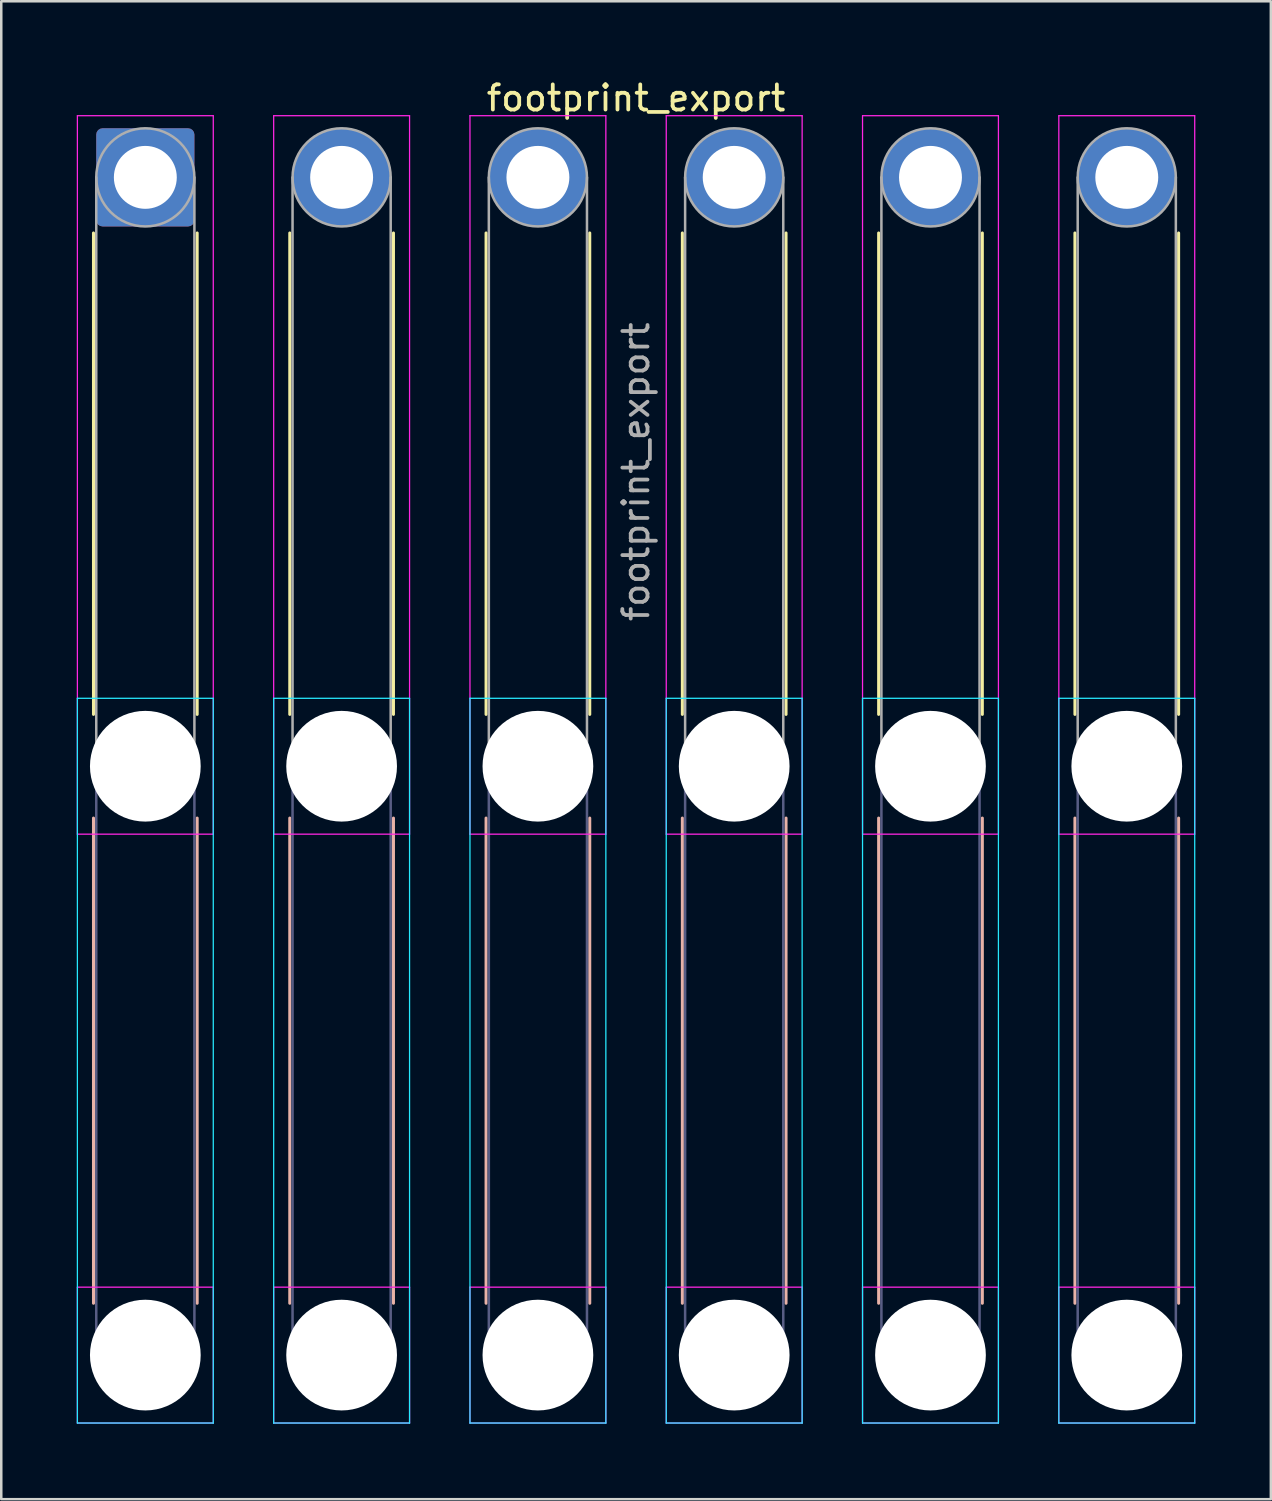
<source format=kicad_pcb>
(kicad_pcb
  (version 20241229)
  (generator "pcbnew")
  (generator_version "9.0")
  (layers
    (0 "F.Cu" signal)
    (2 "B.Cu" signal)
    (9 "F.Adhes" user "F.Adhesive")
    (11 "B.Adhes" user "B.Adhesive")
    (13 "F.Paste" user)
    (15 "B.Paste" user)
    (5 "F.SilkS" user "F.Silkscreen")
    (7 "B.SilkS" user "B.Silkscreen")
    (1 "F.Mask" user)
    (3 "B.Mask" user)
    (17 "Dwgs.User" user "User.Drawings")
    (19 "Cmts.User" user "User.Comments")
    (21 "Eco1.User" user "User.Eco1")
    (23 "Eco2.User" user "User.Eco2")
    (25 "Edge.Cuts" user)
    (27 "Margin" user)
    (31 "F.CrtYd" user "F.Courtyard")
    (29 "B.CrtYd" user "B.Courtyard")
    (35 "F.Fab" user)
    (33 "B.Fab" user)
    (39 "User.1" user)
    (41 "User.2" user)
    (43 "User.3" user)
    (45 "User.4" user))
  (footprint "footprint_export"
    (layer "F.Cu")
    (at 2.725 3.998)
    (property "Reference" "footprint_export" (at 19.5 -3.15 0) (layer "F.SilkS") (effects (font (size 1 1) (thickness 0.15))))
    (attr exclude_from_pos_files exclude_from_bom)
    (fp_line (start -2.06 2.21) (end -2.06 21.34) (stroke (width 0.12) (type solid)) (layer "F.SilkS"))
    (fp_line (start 2.06 2.21) (end 2.06 21.34) (stroke (width 0.12) (type solid)) (layer "F.SilkS"))
    (fp_line (start 5.74 2.21) (end 5.74 21.34) (stroke (width 0.12) (type solid)) (layer "F.SilkS"))
    (fp_line (start 9.86 2.21) (end 9.86 21.34) (stroke (width 0.12) (type solid)) (layer "F.SilkS"))
    (fp_line (start 13.54 2.21) (end 13.54 21.34) (stroke (width 0.12) (type solid)) (layer "F.SilkS"))
    (fp_line (start 17.66 2.21) (end 17.66 21.34) (stroke (width 0.12) (type solid)) (layer "F.SilkS"))
    (fp_line (start 21.34 2.21) (end 21.34 21.34) (stroke (width 0.12) (type solid)) (layer "F.SilkS"))
    (fp_line (start 25.46 2.21) (end 25.46 21.34) (stroke (width 0.12) (type solid)) (layer "F.SilkS"))
    (fp_line (start 29.14 2.21) (end 29.14 21.34) (stroke (width 0.12) (type solid)) (layer "F.SilkS"))
    (fp_line (start 33.26 2.21) (end 33.26 21.34) (stroke (width 0.12) (type solid)) (layer "F.SilkS"))
    (fp_line (start 36.94 2.21) (end 36.94 21.34) (stroke (width 0.12) (type solid)) (layer "F.SilkS"))
    (fp_line (start 41.06 2.21) (end 41.06 21.34) (stroke (width 0.12) (type solid)) (layer "F.SilkS"))
    (fp_line (start -2.06 25.46) (end -2.06 44.74) (stroke (width 0.12) (type solid)) (layer "B.SilkS"))
    (fp_line (start 2.06 25.46) (end 2.06 44.74) (stroke (width 0.12) (type solid)) (layer "B.SilkS"))
    (fp_line (start 5.74 25.46) (end 5.74 44.74) (stroke (width 0.12) (type solid)) (layer "B.SilkS"))
    (fp_line (start 9.86 25.46) (end 9.86 44.74) (stroke (width 0.12) (type solid)) (layer "B.SilkS"))
    (fp_line (start 13.54 25.46) (end 13.54 44.74) (stroke (width 0.12) (type solid)) (layer "B.SilkS"))
    (fp_line (start 17.66 25.46) (end 17.66 44.74) (stroke (width 0.12) (type solid)) (layer "B.SilkS"))
    (fp_line (start 21.34 25.46) (end 21.34 44.74) (stroke (width 0.12) (type solid)) (layer "B.SilkS"))
    (fp_line (start 25.46 25.46) (end 25.46 44.74) (stroke (width 0.12) (type solid)) (layer "B.SilkS"))
    (fp_line (start 29.14 25.46) (end 29.14 44.74) (stroke (width 0.12) (type solid)) (layer "B.SilkS"))
    (fp_line (start 33.26 25.46) (end 33.26 44.74) (stroke (width 0.12) (type solid)) (layer "B.SilkS"))
    (fp_line (start 36.94 25.46) (end 36.94 44.74) (stroke (width 0.12) (type solid)) (layer "B.SilkS"))
    (fp_line (start 41.06 25.46) (end 41.06 44.74) (stroke (width 0.12) (type solid)) (layer "B.SilkS"))
    (fp_line (start -2.7 20.7) (end -2.7 49.5) (stroke (width 0.05) (type solid)) (layer "B.CrtYd"))
    (fp_line (start -2.7 49.5) (end 2.7 49.5) (stroke (width 0.05) (type solid)) (layer "B.CrtYd"))
    (fp_line (start 2.7 20.7) (end -2.7 20.7) (stroke (width 0.05) (type solid)) (layer "B.CrtYd"))
    (fp_line (start 2.7 49.5) (end 2.7 20.7) (stroke (width 0.05) (type solid)) (layer "B.CrtYd"))
    (fp_line (start 5.1 20.7) (end 5.1 49.5) (stroke (width 0.05) (type solid)) (layer "B.CrtYd"))
    (fp_line (start 5.1 49.5) (end 10.5 49.5) (stroke (width 0.05) (type solid)) (layer "B.CrtYd"))
    (fp_line (start 10.5 20.7) (end 5.1 20.7) (stroke (width 0.05) (type solid)) (layer "B.CrtYd"))
    (fp_line (start 10.5 49.5) (end 10.5 20.7) (stroke (width 0.05) (type solid)) (layer "B.CrtYd"))
    (fp_line (start 12.9 20.7) (end 12.9 49.5) (stroke (width 0.05) (type solid)) (layer "B.CrtYd"))
    (fp_line (start 12.9 49.5) (end 18.3 49.5) (stroke (width 0.05) (type solid)) (layer "B.CrtYd"))
    (fp_line (start 18.3 20.7) (end 12.9 20.7) (stroke (width 0.05) (type solid)) (layer "B.CrtYd"))
    (fp_line (start 18.3 49.5) (end 18.3 20.7) (stroke (width 0.05) (type solid)) (layer "B.CrtYd"))
    (fp_line (start 20.7 20.7) (end 20.7 49.5) (stroke (width 0.05) (type solid)) (layer "B.CrtYd"))
    (fp_line (start 20.7 49.5) (end 26.1 49.5) (stroke (width 0.05) (type solid)) (layer "B.CrtYd"))
    (fp_line (start 26.1 20.7) (end 20.7 20.7) (stroke (width 0.05) (type solid)) (layer "B.CrtYd"))
    (fp_line (start 26.1 49.5) (end 26.1 20.7) (stroke (width 0.05) (type solid)) (layer "B.CrtYd"))
    (fp_line (start 28.5 20.7) (end 28.5 49.5) (stroke (width 0.05) (type solid)) (layer "B.CrtYd"))
    (fp_line (start 28.5 49.5) (end 33.9 49.5) (stroke (width 0.05) (type solid)) (layer "B.CrtYd"))
    (fp_line (start 33.9 20.7) (end 28.5 20.7) (stroke (width 0.05) (type solid)) (layer "B.CrtYd"))
    (fp_line (start 33.9 49.5) (end 33.9 20.7) (stroke (width 0.05) (type solid)) (layer "B.CrtYd"))
    (fp_line (start 36.3 20.7) (end 36.3 49.5) (stroke (width 0.05) (type solid)) (layer "B.CrtYd"))
    (fp_line (start 36.3 49.5) (end 41.7 49.5) (stroke (width 0.05) (type solid)) (layer "B.CrtYd"))
    (fp_line (start 41.7 20.7) (end 36.3 20.7) (stroke (width 0.05) (type solid)) (layer "B.CrtYd"))
    (fp_line (start 41.7 49.5) (end 41.7 20.7) (stroke (width 0.05) (type solid)) (layer "B.CrtYd"))
    (fp_line (start -2.7 -2.45) (end -2.7 26.1) (stroke (width 0.05) (type solid)) (layer "F.CrtYd"))
    (fp_line (start -2.7 26.1) (end 2.7 26.1) (stroke (width 0.05) (type solid)) (layer "F.CrtYd"))
    (fp_line (start -2.7 44.1) (end -2.7 49.5) (stroke (width 0.05) (type solid)) (layer "F.CrtYd"))
    (fp_line (start -2.7 49.5) (end 2.7 49.5) (stroke (width 0.05) (type solid)) (layer "F.CrtYd"))
    (fp_line (start 2.7 -2.45) (end -2.7 -2.45) (stroke (width 0.05) (type solid)) (layer "F.CrtYd"))
    (fp_line (start 2.7 26.1) (end 2.7 -2.45) (stroke (width 0.05) (type solid)) (layer "F.CrtYd"))
    (fp_line (start 2.7 44.1) (end -2.7 44.1) (stroke (width 0.05) (type solid)) (layer "F.CrtYd"))
    (fp_line (start 2.7 49.5) (end 2.7 44.1) (stroke (width 0.05) (type solid)) (layer "F.CrtYd"))
    (fp_line (start 5.1 -2.45) (end 5.1 26.1) (stroke (width 0.05) (type solid)) (layer "F.CrtYd"))
    (fp_line (start 5.1 26.1) (end 10.5 26.1) (stroke (width 0.05) (type solid)) (layer "F.CrtYd"))
    (fp_line (start 5.1 44.1) (end 5.1 49.5) (stroke (width 0.05) (type solid)) (layer "F.CrtYd"))
    (fp_line (start 5.1 49.5) (end 10.5 49.5) (stroke (width 0.05) (type solid)) (layer "F.CrtYd"))
    (fp_line (start 10.5 -2.45) (end 5.1 -2.45) (stroke (width 0.05) (type solid)) (layer "F.CrtYd"))
    (fp_line (start 10.5 26.1) (end 10.5 -2.45) (stroke (width 0.05) (type solid)) (layer "F.CrtYd"))
    (fp_line (start 10.5 44.1) (end 5.1 44.1) (stroke (width 0.05) (type solid)) (layer "F.CrtYd"))
    (fp_line (start 10.5 49.5) (end 10.5 44.1) (stroke (width 0.05) (type solid)) (layer "F.CrtYd"))
    (fp_line (start 12.9 -2.45) (end 12.9 26.1) (stroke (width 0.05) (type solid)) (layer "F.CrtYd"))
    (fp_line (start 12.9 26.1) (end 18.3 26.1) (stroke (width 0.05) (type solid)) (layer "F.CrtYd"))
    (fp_line (start 12.9 44.1) (end 12.9 49.5) (stroke (width 0.05) (type solid)) (layer "F.CrtYd"))
    (fp_line (start 12.9 49.5) (end 18.3 49.5) (stroke (width 0.05) (type solid)) (layer "F.CrtYd"))
    (fp_line (start 18.3 -2.45) (end 12.9 -2.45) (stroke (width 0.05) (type solid)) (layer "F.CrtYd"))
    (fp_line (start 18.3 26.1) (end 18.3 -2.45) (stroke (width 0.05) (type solid)) (layer "F.CrtYd"))
    (fp_line (start 18.3 44.1) (end 12.9 44.1) (stroke (width 0.05) (type solid)) (layer "F.CrtYd"))
    (fp_line (start 18.3 49.5) (end 18.3 44.1) (stroke (width 0.05) (type solid)) (layer "F.CrtYd"))
    (fp_line (start 20.7 -2.45) (end 20.7 26.1) (stroke (width 0.05) (type solid)) (layer "F.CrtYd"))
    (fp_line (start 20.7 26.1) (end 26.1 26.1) (stroke (width 0.05) (type solid)) (layer "F.CrtYd"))
    (fp_line (start 20.7 44.1) (end 20.7 49.5) (stroke (width 0.05) (type solid)) (layer "F.CrtYd"))
    (fp_line (start 20.7 49.5) (end 26.1 49.5) (stroke (width 0.05) (type solid)) (layer "F.CrtYd"))
    (fp_line (start 26.1 -2.45) (end 20.7 -2.45) (stroke (width 0.05) (type solid)) (layer "F.CrtYd"))
    (fp_line (start 26.1 26.1) (end 26.1 -2.45) (stroke (width 0.05) (type solid)) (layer "F.CrtYd"))
    (fp_line (start 26.1 44.1) (end 20.7 44.1) (stroke (width 0.05) (type solid)) (layer "F.CrtYd"))
    (fp_line (start 26.1 49.5) (end 26.1 44.1) (stroke (width 0.05) (type solid)) (layer "F.CrtYd"))
    (fp_line (start 28.5 -2.45) (end 28.5 26.1) (stroke (width 0.05) (type solid)) (layer "F.CrtYd"))
    (fp_line (start 28.5 26.1) (end 33.9 26.1) (stroke (width 0.05) (type solid)) (layer "F.CrtYd"))
    (fp_line (start 28.5 44.1) (end 28.5 49.5) (stroke (width 0.05) (type solid)) (layer "F.CrtYd"))
    (fp_line (start 28.5 49.5) (end 33.9 49.5) (stroke (width 0.05) (type solid)) (layer "F.CrtYd"))
    (fp_line (start 33.9 -2.45) (end 28.5 -2.45) (stroke (width 0.05) (type solid)) (layer "F.CrtYd"))
    (fp_line (start 33.9 26.1) (end 33.9 -2.45) (stroke (width 0.05) (type solid)) (layer "F.CrtYd"))
    (fp_line (start 33.9 44.1) (end 28.5 44.1) (stroke (width 0.05) (type solid)) (layer "F.CrtYd"))
    (fp_line (start 33.9 49.5) (end 33.9 44.1) (stroke (width 0.05) (type solid)) (layer "F.CrtYd"))
    (fp_line (start 36.3 -2.45) (end 36.3 26.1) (stroke (width 0.05) (type solid)) (layer "F.CrtYd"))
    (fp_line (start 36.3 26.1) (end 41.7 26.1) (stroke (width 0.05) (type solid)) (layer "F.CrtYd"))
    (fp_line (start 36.3 44.1) (end 36.3 49.5) (stroke (width 0.05) (type solid)) (layer "F.CrtYd"))
    (fp_line (start 36.3 49.5) (end 41.7 49.5) (stroke (width 0.05) (type solid)) (layer "F.CrtYd"))
    (fp_line (start 41.7 -2.45) (end 36.3 -2.45) (stroke (width 0.05) (type solid)) (layer "F.CrtYd"))
    (fp_line (start 41.7 26.1) (end 41.7 -2.45) (stroke (width 0.05) (type solid)) (layer "F.CrtYd"))
    (fp_line (start 41.7 44.1) (end 36.3 44.1) (stroke (width 0.05) (type solid)) (layer "F.CrtYd"))
    (fp_line (start 41.7 49.5) (end 41.7 44.1) (stroke (width 0.05) (type solid)) (layer "F.CrtYd"))
    (fp_line (start -1.95 23.4) (end -1.95 46.8) (stroke (width 0.1) (type solid)) (layer "B.Fab"))
    (fp_line (start 1.95 23.4) (end 1.95 46.8) (stroke (width 0.1) (type solid)) (layer "B.Fab"))
    (fp_line (start 5.85 23.4) (end 5.85 46.8) (stroke (width 0.1) (type solid)) (layer "B.Fab"))
    (fp_line (start 9.75 23.4) (end 9.75 46.8) (stroke (width 0.1) (type solid)) (layer "B.Fab"))
    (fp_line (start 13.65 23.4) (end 13.65 46.8) (stroke (width 0.1) (type solid)) (layer "B.Fab"))
    (fp_line (start 17.55 23.4) (end 17.55 46.8) (stroke (width 0.1) (type solid)) (layer "B.Fab"))
    (fp_line (start 21.45 23.4) (end 21.45 46.8) (stroke (width 0.1) (type solid)) (layer "B.Fab"))
    (fp_line (start 25.35 23.4) (end 25.35 46.8) (stroke (width 0.1) (type solid)) (layer "B.Fab"))
    (fp_line (start 29.25 23.4) (end 29.25 46.8) (stroke (width 0.1) (type solid)) (layer "B.Fab"))
    (fp_line (start 33.15 23.4) (end 33.15 46.8) (stroke (width 0.1) (type solid)) (layer "B.Fab"))
    (fp_line (start 37.05 23.4) (end 37.05 46.8) (stroke (width 0.1) (type solid)) (layer "B.Fab"))
    (fp_line (start 40.95 23.4) (end 40.95 46.8) (stroke (width 0.1) (type solid)) (layer "B.Fab"))
    (fp_circle (center 0 23.4) (end 1.95 23.4) (stroke (width 0.1) (type solid)) (fill no) (layer "B.Fab"))
    (fp_circle (center 0 46.8) (end 1.95 46.8) (stroke (width 0.1) (type solid)) (fill no) (layer "B.Fab"))
    (fp_circle (center 7.8 23.4) (end 9.75 23.4) (stroke (width 0.1) (type solid)) (fill no) (layer "B.Fab"))
    (fp_circle (center 7.8 46.8) (end 9.75 46.8) (stroke (width 0.1) (type solid)) (fill no) (layer "B.Fab"))
    (fp_circle (center 15.6 23.4) (end 17.55 23.4) (stroke (width 0.1) (type solid)) (fill no) (layer "B.Fab"))
    (fp_circle (center 15.6 46.8) (end 17.55 46.8) (stroke (width 0.1) (type solid)) (fill no) (layer "B.Fab"))
    (fp_circle (center 23.4 23.4) (end 25.35 23.4) (stroke (width 0.1) (type solid)) (fill no) (layer "B.Fab"))
    (fp_circle (center 23.4 46.8) (end 25.35 46.8) (stroke (width 0.1) (type solid)) (fill no) (layer "B.Fab"))
    (fp_circle (center 31.2 23.4) (end 33.15 23.4) (stroke (width 0.1) (type solid)) (fill no) (layer "B.Fab"))
    (fp_circle (center 31.2 46.8) (end 33.15 46.8) (stroke (width 0.1) (type solid)) (fill no) (layer "B.Fab"))
    (fp_circle (center 39 23.4) (end 40.95 23.4) (stroke (width 0.1) (type solid)) (fill no) (layer "B.Fab"))
    (fp_circle (center 39 46.8) (end 40.95 46.8) (stroke (width 0.1) (type solid)) (fill no) (layer "B.Fab"))
    (fp_line (start -1.95 0) (end -1.95 23.4) (stroke (width 0.1) (type solid)) (layer "F.Fab"))
    (fp_line (start 1.95 0) (end 1.95 23.4) (stroke (width 0.1) (type solid)) (layer "F.Fab"))
    (fp_line (start 5.85 0) (end 5.85 23.4) (stroke (width 0.1) (type solid)) (layer "F.Fab"))
    (fp_line (start 9.75 0) (end 9.75 23.4) (stroke (width 0.1) (type solid)) (layer "F.Fab"))
    (fp_line (start 13.65 0) (end 13.65 23.4) (stroke (width 0.1) (type solid)) (layer "F.Fab"))
    (fp_line (start 17.55 0) (end 17.55 23.4) (stroke (width 0.1) (type solid)) (layer "F.Fab"))
    (fp_line (start 21.45 0) (end 21.45 23.4) (stroke (width 0.1) (type solid)) (layer "F.Fab"))
    (fp_line (start 25.35 0) (end 25.35 23.4) (stroke (width 0.1) (type solid)) (layer "F.Fab"))
    (fp_line (start 29.25 0) (end 29.25 23.4) (stroke (width 0.1) (type solid)) (layer "F.Fab"))
    (fp_line (start 33.15 0) (end 33.15 23.4) (stroke (width 0.1) (type solid)) (layer "F.Fab"))
    (fp_line (start 37.05 0) (end 37.05 23.4) (stroke (width 0.1) (type solid)) (layer "F.Fab"))
    (fp_line (start 40.95 0) (end 40.95 23.4) (stroke (width 0.1) (type solid)) (layer "F.Fab"))
    (fp_circle (center 0 0) (end 1.95 0) (stroke (width 0.1) (type solid)) (fill no) (layer "F.Fab"))
    (fp_circle (center 0 23.4) (end 1.95 23.4) (stroke (width 0.1) (type solid)) (fill no) (layer "F.Fab"))
    (fp_circle (center 0 46.8) (end 1.95 46.8) (stroke (width 0.1) (type solid)) (fill no) (layer "F.Fab"))
    (fp_circle (center 7.8 0) (end 9.75 0) (stroke (width 0.1) (type solid)) (fill no) (layer "F.Fab"))
    (fp_circle (center 7.8 23.4) (end 9.75 23.4) (stroke (width 0.1) (type solid)) (fill no) (layer "F.Fab"))
    (fp_circle (center 7.8 46.8) (end 9.75 46.8) (stroke (width 0.1) (type solid)) (fill no) (layer "F.Fab"))
    (fp_circle (center 15.6 0) (end 17.55 0) (stroke (width 0.1) (type solid)) (fill no) (layer "F.Fab"))
    (fp_circle (center 15.6 23.4) (end 17.55 23.4) (stroke (width 0.1) (type solid)) (fill no) (layer "F.Fab"))
    (fp_circle (center 15.6 46.8) (end 17.55 46.8) (stroke (width 0.1) (type solid)) (fill no) (layer "F.Fab"))
    (fp_circle (center 23.4 0) (end 25.35 0) (stroke (width 0.1) (type solid)) (fill no) (layer "F.Fab"))
    (fp_circle (center 23.4 23.4) (end 25.35 23.4) (stroke (width 0.1) (type solid)) (fill no) (layer "F.Fab"))
    (fp_circle (center 23.4 46.8) (end 25.35 46.8) (stroke (width 0.1) (type solid)) (fill no) (layer "F.Fab"))
    (fp_circle (center 31.2 0) (end 33.15 0) (stroke (width 0.1) (type solid)) (fill no) (layer "F.Fab"))
    (fp_circle (center 31.2 23.4) (end 33.15 23.4) (stroke (width 0.1) (type solid)) (fill no) (layer "F.Fab"))
    (fp_circle (center 31.2 46.8) (end 33.15 46.8) (stroke (width 0.1) (type solid)) (fill no) (layer "F.Fab"))
    (fp_circle (center 39 0) (end 40.95 0) (stroke (width 0.1) (type solid)) (fill no) (layer "F.Fab"))
    (fp_circle (center 39 23.4) (end 40.95 23.4) (stroke (width 0.1) (type solid)) (fill no) (layer "F.Fab"))
    (fp_circle (center 39 46.8) (end 40.95 46.8) (stroke (width 0.1) (type solid)) (fill no) (layer "F.Fab"))
    (fp_text user "${REFERENCE}" (at 19.5 11.7 90) (layer "F.Fab") (effects (font (size 1 1) (thickness 0.15))))
    (pad "" np_thru_hole circle (at 0 23.4) (size 4.4 4.4) (drill 4.4) (layers "*.Cu" "*.Mask"))
    (pad "" np_thru_hole circle (at 0 46.8) (size 4.4 4.4) (drill 4.4) (layers "*.Cu" "*.Mask"))
    (pad "" np_thru_hole circle (at 7.8 23.4) (size 4.4 4.4) (drill 4.4) (layers "*.Cu" "*.Mask"))
    (pad "" np_thru_hole circle (at 7.8 46.8) (size 4.4 4.4) (drill 4.4) (layers "*.Cu" "*.Mask"))
    (pad "" np_thru_hole circle (at 15.6 23.4) (size 4.4 4.4) (drill 4.4) (layers "*.Cu" "*.Mask"))
    (pad "" np_thru_hole circle (at 15.6 46.8) (size 4.4 4.4) (drill 4.4) (layers "*.Cu" "*.Mask"))
    (pad "" np_thru_hole circle (at 23.4 23.4) (size 4.4 4.4) (drill 4.4) (layers "*.Cu" "*.Mask"))
    (pad "" np_thru_hole circle (at 23.4 46.8) (size 4.4 4.4) (drill 4.4) (layers "*.Cu" "*.Mask"))
    (pad "" np_thru_hole circle (at 31.2 23.4) (size 4.4 4.4) (drill 4.4) (layers "*.Cu" "*.Mask"))
    (pad "" np_thru_hole circle (at 31.2 46.8) (size 4.4 4.4) (drill 4.4) (layers "*.Cu" "*.Mask"))
    (pad "" np_thru_hole circle (at 39 23.4) (size 4.4 4.4) (drill 4.4) (layers "*.Cu" "*.Mask"))
    (pad "" np_thru_hole circle (at 39 46.8) (size 4.4 4.4) (drill 4.4) (layers "*.Cu" "*.Mask"))
    (pad "1" thru_hole roundrect (at 0 0) (size 3.9 3.9) (drill 2.5) (layers "*.Cu" "*.Mask") (roundrect_rratio 0.064))
    (pad "2" thru_hole circle (at 7.8 0) (size 3.9 3.9) (drill 2.5) (layers "*.Cu" "*.Mask"))
    (pad "3" thru_hole circle (at 15.6 0) (size 3.9 3.9) (drill 2.5) (layers "*.Cu" "*.Mask"))
    (pad "4" thru_hole circle (at 23.4 0) (size 3.9 3.9) (drill 2.5) (layers "*.Cu" "*.Mask"))
    (pad "5" thru_hole circle (at 31.2 0) (size 3.9 3.9) (drill 2.5) (layers "*.Cu" "*.Mask"))
    (pad "6" thru_hole circle (at 39 0) (size 3.9 3.9) (drill 2.5) (layers "*.Cu" "*.Mask")))
  (gr_rect
    (start -3 -3)
    (end 47.45 56.523)
    (stroke (width 0.1) (type default))
    (fill no)
    (layer "Edge.Cuts")))
</source>
